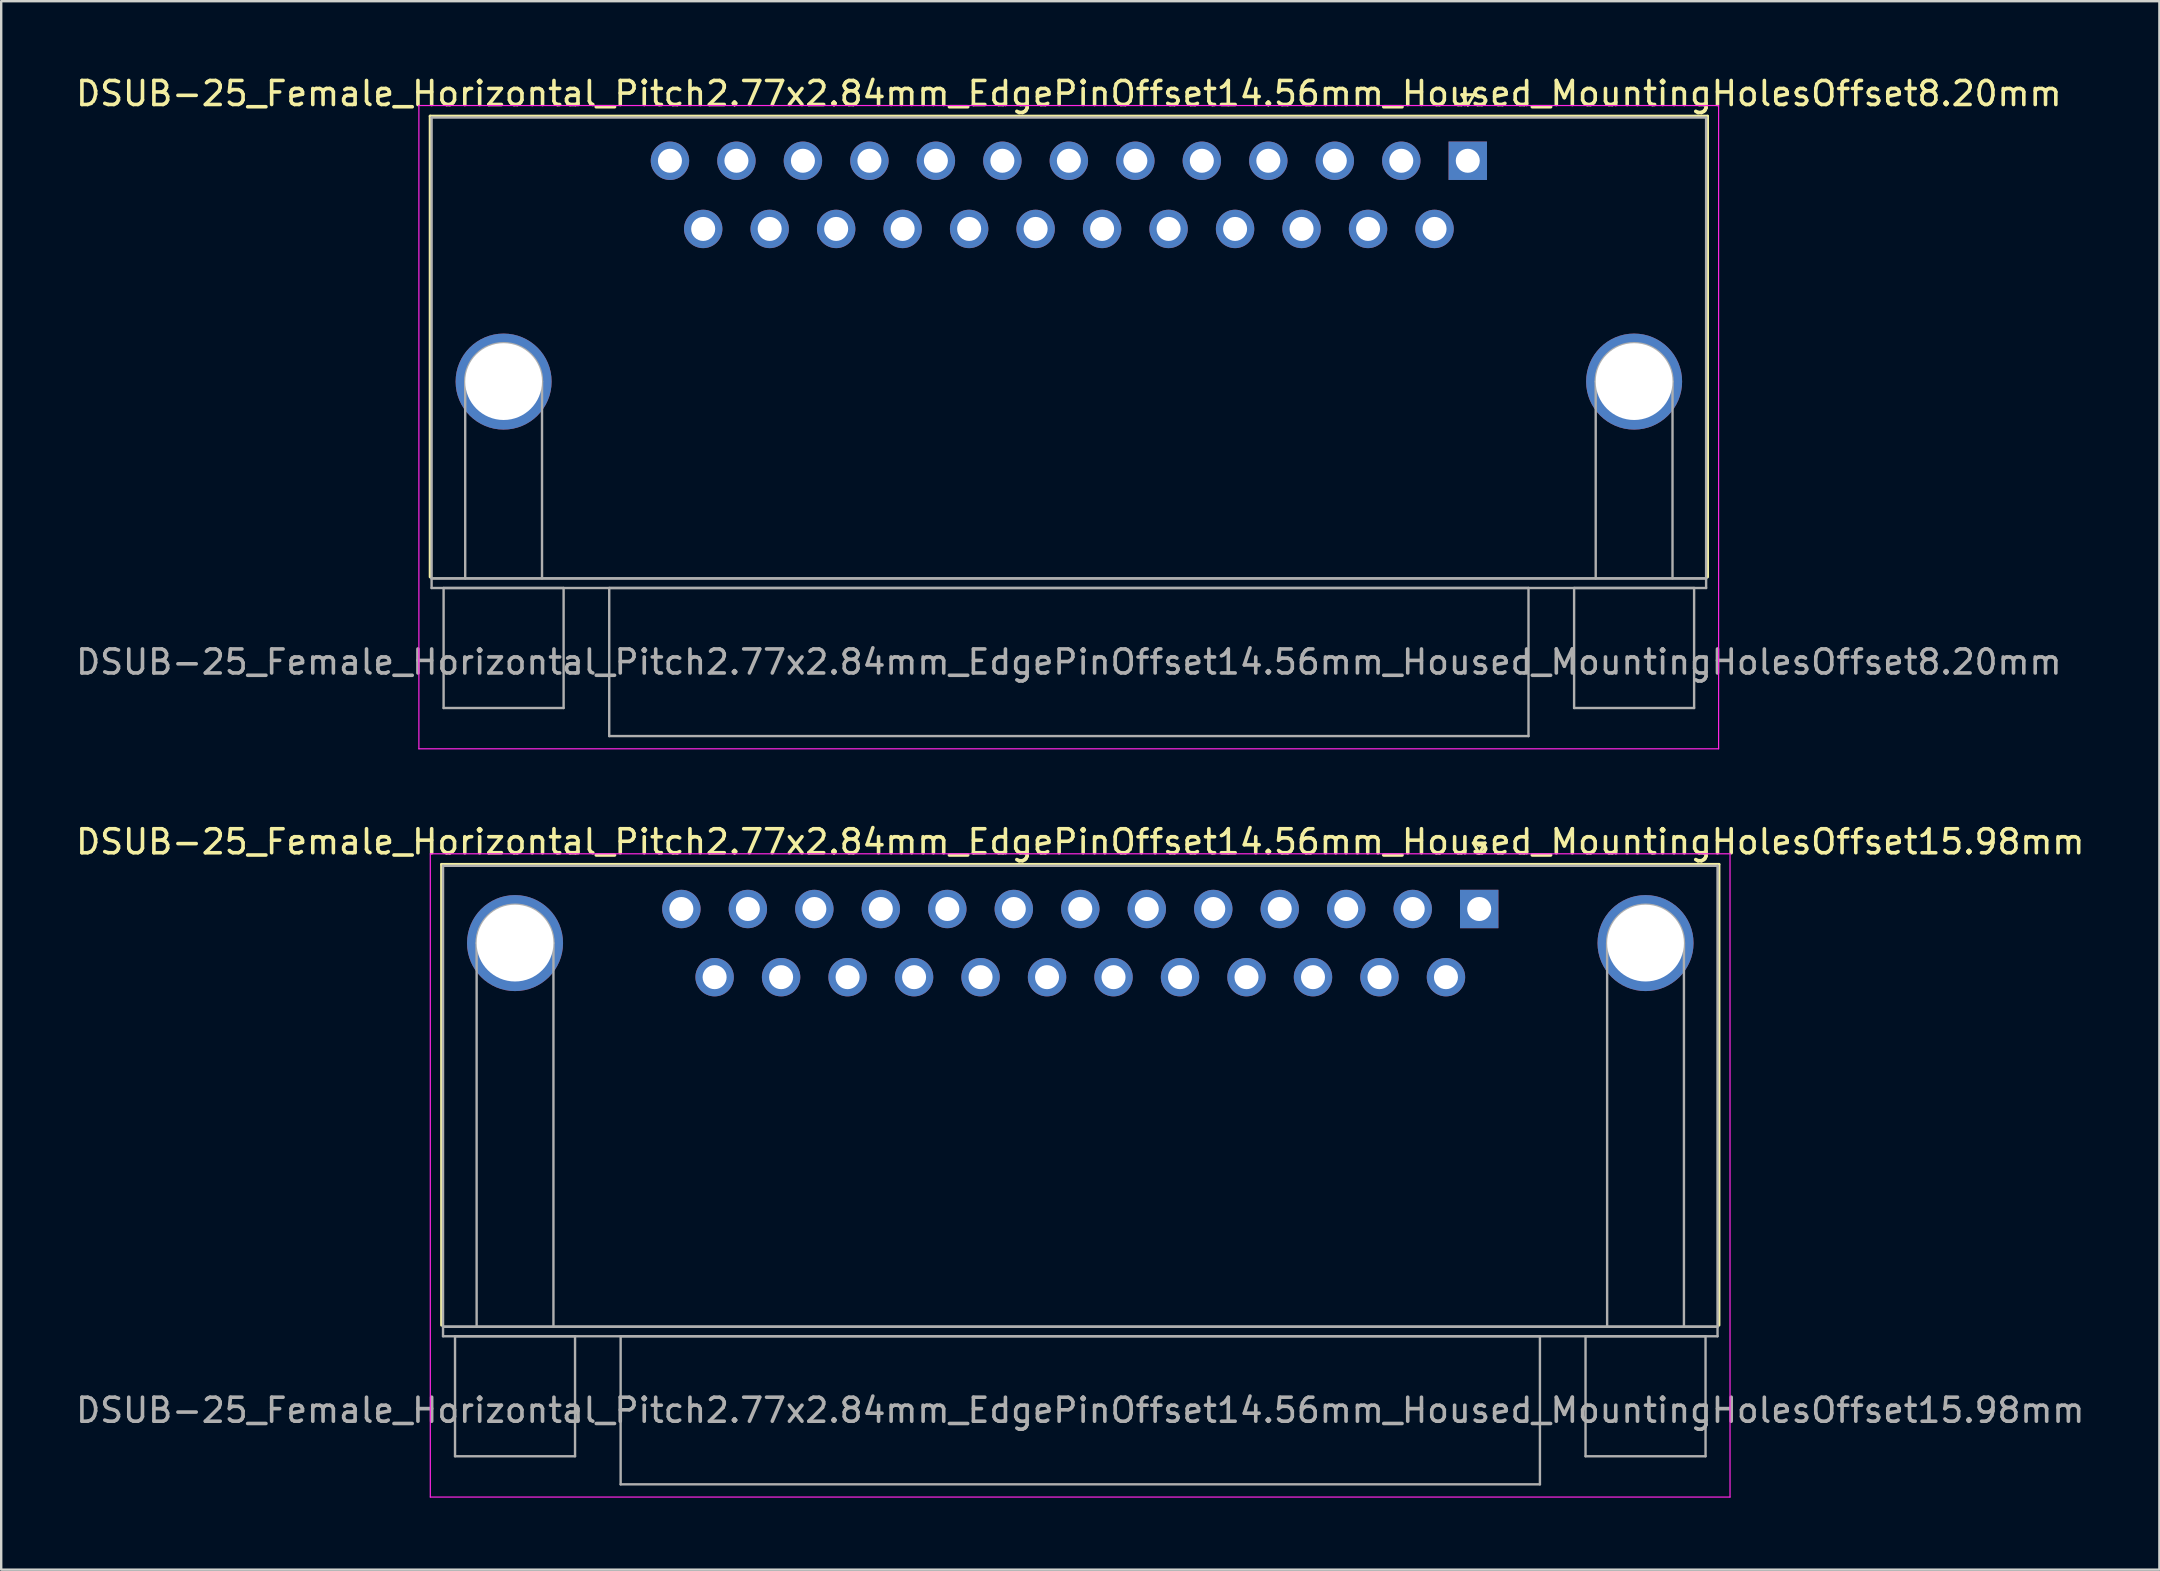
<source format=kicad_pcb>
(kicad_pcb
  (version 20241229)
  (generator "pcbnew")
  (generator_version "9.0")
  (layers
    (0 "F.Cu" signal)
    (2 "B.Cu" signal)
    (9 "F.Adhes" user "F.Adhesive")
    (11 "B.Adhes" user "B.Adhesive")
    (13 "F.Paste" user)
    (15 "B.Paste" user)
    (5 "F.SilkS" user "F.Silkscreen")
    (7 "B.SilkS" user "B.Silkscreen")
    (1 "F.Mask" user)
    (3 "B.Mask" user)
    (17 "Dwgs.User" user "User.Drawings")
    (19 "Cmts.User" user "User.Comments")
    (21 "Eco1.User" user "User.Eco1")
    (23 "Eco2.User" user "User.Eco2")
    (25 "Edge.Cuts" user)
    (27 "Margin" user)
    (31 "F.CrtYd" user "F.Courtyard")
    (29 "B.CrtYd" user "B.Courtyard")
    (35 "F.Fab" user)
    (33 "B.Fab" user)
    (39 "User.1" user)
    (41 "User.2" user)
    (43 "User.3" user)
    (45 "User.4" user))
  (footprint "DSUB-25_Female_Horizontal_Pitch2.77x2.84mm_EdgePinOffset14.56mm_Housed_MountingHolesOffset8.20mm"
    (layer "F.Cu")
    (at 58.102 3.648)
    (property "Reference" "DSUB-25_Female_Horizontal_Pitch2.77x2.84mm_EdgePinOffset14.56mm_Housed_MountingHolesOffset8.20mm" (at -16.62 -2.8 0) (layer "F.SilkS") (effects (font (size 1 1) (thickness 0.15))))
    (attr through_hole)
    (fp_line (start -43.23 -1.86) (end 9.99 -1.86) (stroke (width 0.12) (type solid)) (layer "F.SilkS"))
    (fp_line (start -43.23 17.34) (end -43.23 -1.86) (stroke (width 0.12) (type solid)) (layer "F.SilkS"))
    (fp_line (start -0.25 -2.754) (end 0.25 -2.754) (stroke (width 0.12) (type solid)) (layer "F.SilkS"))
    (fp_line (start 0 -2.321) (end -0.25 -2.754) (stroke (width 0.12) (type solid)) (layer "F.SilkS"))
    (fp_line (start 0.25 -2.754) (end 0 -2.321) (stroke (width 0.12) (type solid)) (layer "F.SilkS"))
    (fp_line (start 9.99 -1.86) (end 9.99 17.34) (stroke (width 0.12) (type solid)) (layer "F.SilkS"))
    (fp_line (start -43.7 -2.3) (end -43.7 24.5) (stroke (width 0.05) (type solid)) (layer "F.CrtYd"))
    (fp_line (start -43.7 24.5) (end 10.45 24.5) (stroke (width 0.05) (type solid)) (layer "F.CrtYd"))
    (fp_line (start 10.45 -2.3) (end -43.7 -2.3) (stroke (width 0.05) (type solid)) (layer "F.CrtYd"))
    (fp_line (start 10.45 24.5) (end 10.45 -2.3) (stroke (width 0.05) (type solid)) (layer "F.CrtYd"))
    (fp_line (start -43.17 -1.8) (end -43.17 17.4) (stroke (width 0.1) (type solid)) (layer "F.Fab"))
    (fp_line (start -43.17 17.4) (end -43.17 17.8) (stroke (width 0.1) (type solid)) (layer "F.Fab"))
    (fp_line (start -43.17 17.4) (end 9.93 17.4) (stroke (width 0.1) (type solid)) (layer "F.Fab"))
    (fp_line (start -43.17 17.8) (end 9.93 17.8) (stroke (width 0.1) (type solid)) (layer "F.Fab"))
    (fp_line (start -42.67 17.8) (end -42.67 22.8) (stroke (width 0.1) (type solid)) (layer "F.Fab"))
    (fp_line (start -42.67 22.8) (end -37.67 22.8) (stroke (width 0.1) (type solid)) (layer "F.Fab"))
    (fp_line (start -41.77 17.4) (end -41.77 9.2) (stroke (width 0.1) (type solid)) (layer "F.Fab"))
    (fp_line (start -38.57 17.4) (end -38.57 9.2) (stroke (width 0.1) (type solid)) (layer "F.Fab"))
    (fp_line (start -37.67 17.8) (end -42.67 17.8) (stroke (width 0.1) (type solid)) (layer "F.Fab"))
    (fp_line (start -37.67 22.8) (end -37.67 17.8) (stroke (width 0.1) (type solid)) (layer "F.Fab"))
    (fp_line (start -35.77 17.8) (end -35.77 23.97) (stroke (width 0.1) (type solid)) (layer "F.Fab"))
    (fp_line (start -35.77 23.97) (end 2.53 23.97) (stroke (width 0.1) (type solid)) (layer "F.Fab"))
    (fp_line (start 2.53 17.8) (end -35.77 17.8) (stroke (width 0.1) (type solid)) (layer "F.Fab"))
    (fp_line (start 2.53 23.97) (end 2.53 17.8) (stroke (width 0.1) (type solid)) (layer "F.Fab"))
    (fp_line (start 4.43 17.8) (end 4.43 22.8) (stroke (width 0.1) (type solid)) (layer "F.Fab"))
    (fp_line (start 4.43 22.8) (end 9.43 22.8) (stroke (width 0.1) (type solid)) (layer "F.Fab"))
    (fp_line (start 5.33 17.4) (end 5.33 9.2) (stroke (width 0.1) (type solid)) (layer "F.Fab"))
    (fp_line (start 8.53 17.4) (end 8.53 9.2) (stroke (width 0.1) (type solid)) (layer "F.Fab"))
    (fp_line (start 9.43 17.8) (end 4.43 17.8) (stroke (width 0.1) (type solid)) (layer "F.Fab"))
    (fp_line (start 9.43 22.8) (end 9.43 17.8) (stroke (width 0.1) (type solid)) (layer "F.Fab"))
    (fp_line (start 9.93 -1.8) (end -43.17 -1.8) (stroke (width 0.1) (type solid)) (layer "F.Fab"))
    (fp_line (start 9.93 17.4) (end -43.17 17.4) (stroke (width 0.1) (type solid)) (layer "F.Fab"))
    (fp_line (start 9.93 17.4) (end 9.93 -1.8) (stroke (width 0.1) (type solid)) (layer "F.Fab"))
    (fp_line (start 9.93 17.8) (end 9.93 17.4) (stroke (width 0.1) (type solid)) (layer "F.Fab"))
    (fp_arc (start -41.77 9.2) (mid -40.17 7.6) (end -38.57 9.2) (stroke (width 0.1) (type solid)) (layer "F.Fab"))
    (fp_arc (start 5.33 9.2) (mid 6.93 7.6) (end 8.53 9.2) (stroke (width 0.1) (type solid)) (layer "F.Fab"))
    (fp_text user "${REFERENCE}" (at -16.62 20.885 0) (layer "F.Fab") (effects (font (size 1 1) (thickness 0.15))))
    (pad "0" thru_hole circle (at -40.17 9.2) (size 4 4) (drill 3.2) (layers "*.Cu" "*.Mask"))
    (pad "0" thru_hole circle (at 6.93 9.2) (size 4 4) (drill 3.2) (layers "*.Cu" "*.Mask"))
    (pad "1" thru_hole rect (at 0 0) (size 1.6 1.6) (drill 1) (layers "*.Cu" "*.Mask"))
    (pad "2" thru_hole circle (at -2.77 0) (size 1.6 1.6) (drill 1) (layers "*.Cu" "*.Mask"))
    (pad "3" thru_hole circle (at -5.54 0) (size 1.6 1.6) (drill 1) (layers "*.Cu" "*.Mask"))
    (pad "4" thru_hole circle (at -8.31 0) (size 1.6 1.6) (drill 1) (layers "*.Cu" "*.Mask"))
    (pad "5" thru_hole circle (at -11.08 0) (size 1.6 1.6) (drill 1) (layers "*.Cu" "*.Mask"))
    (pad "6" thru_hole circle (at -13.85 0) (size 1.6 1.6) (drill 1) (layers "*.Cu" "*.Mask"))
    (pad "7" thru_hole circle (at -16.62 0) (size 1.6 1.6) (drill 1) (layers "*.Cu" "*.Mask"))
    (pad "8" thru_hole circle (at -19.39 0) (size 1.6 1.6) (drill 1) (layers "*.Cu" "*.Mask"))
    (pad "9" thru_hole circle (at -22.16 0) (size 1.6 1.6) (drill 1) (layers "*.Cu" "*.Mask"))
    (pad "10" thru_hole circle (at -24.93 0) (size 1.6 1.6) (drill 1) (layers "*.Cu" "*.Mask"))
    (pad "11" thru_hole circle (at -27.7 0) (size 1.6 1.6) (drill 1) (layers "*.Cu" "*.Mask"))
    (pad "12" thru_hole circle (at -30.47 0) (size 1.6 1.6) (drill 1) (layers "*.Cu" "*.Mask"))
    (pad "13" thru_hole circle (at -33.24 0) (size 1.6 1.6) (drill 1) (layers "*.Cu" "*.Mask"))
    (pad "14" thru_hole circle (at -1.385 2.84) (size 1.6 1.6) (drill 1) (layers "*.Cu" "*.Mask"))
    (pad "15" thru_hole circle (at -4.155 2.84) (size 1.6 1.6) (drill 1) (layers "*.Cu" "*.Mask"))
    (pad "16" thru_hole circle (at -6.925 2.84) (size 1.6 1.6) (drill 1) (layers "*.Cu" "*.Mask"))
    (pad "17" thru_hole circle (at -9.695 2.84) (size 1.6 1.6) (drill 1) (layers "*.Cu" "*.Mask"))
    (pad "18" thru_hole circle (at -12.465 2.84) (size 1.6 1.6) (drill 1) (layers "*.Cu" "*.Mask"))
    (pad "19" thru_hole circle (at -15.235 2.84) (size 1.6 1.6) (drill 1) (layers "*.Cu" "*.Mask"))
    (pad "20" thru_hole circle (at -18.005 2.84) (size 1.6 1.6) (drill 1) (layers "*.Cu" "*.Mask"))
    (pad "21" thru_hole circle (at -20.775 2.84) (size 1.6 1.6) (drill 1) (layers "*.Cu" "*.Mask"))
    (pad "22" thru_hole circle (at -23.545 2.84) (size 1.6 1.6) (drill 1) (layers "*.Cu" "*.Mask"))
    (pad "23" thru_hole circle (at -26.315 2.84) (size 1.6 1.6) (drill 1) (layers "*.Cu" "*.Mask"))
    (pad "24" thru_hole circle (at -29.085 2.84) (size 1.6 1.6) (drill 1) (layers "*.Cu" "*.Mask"))
    (pad "25" thru_hole circle (at -31.855 2.84) (size 1.6 1.6) (drill 1) (layers "*.Cu" "*.Mask")))
  (footprint "DSUB-25_Female_Horizontal_Pitch2.77x2.84mm_EdgePinOffset14.56mm_Housed_MountingHolesOffset15.98mm"
    (layer "F.Cu")
    (at 58.578 34.822)
    (property "Reference" "DSUB-25_Female_Horizontal_Pitch2.77x2.84mm_EdgePinOffset14.56mm_Housed_MountingHolesOffset15.98mm" (at -16.62 -2.8 0) (layer "F.SilkS") (effects (font (size 1 1) (thickness 0.15))))
    (attr through_hole)
    (fp_line (start -43.23 -1.86) (end 9.99 -1.86) (stroke (width 0.12) (type solid)) (layer "F.SilkS"))
    (fp_line (start -43.23 17.34) (end -43.23 -1.86) (stroke (width 0.12) (type solid)) (layer "F.SilkS"))
    (fp_line (start -0.25 -2.754) (end 0.25 -2.754) (stroke (width 0.12) (type solid)) (layer "F.SilkS"))
    (fp_line (start 0 -2.321) (end -0.25 -2.754) (stroke (width 0.12) (type solid)) (layer "F.SilkS"))
    (fp_line (start 0.25 -2.754) (end 0 -2.321) (stroke (width 0.12) (type solid)) (layer "F.SilkS"))
    (fp_line (start 9.99 -1.86) (end 9.99 17.34) (stroke (width 0.12) (type solid)) (layer "F.SilkS"))
    (fp_line (start -43.7 -2.3) (end -43.7 24.5) (stroke (width 0.05) (type solid)) (layer "F.CrtYd"))
    (fp_line (start -43.7 24.5) (end 10.45 24.5) (stroke (width 0.05) (type solid)) (layer "F.CrtYd"))
    (fp_line (start 10.45 -2.3) (end -43.7 -2.3) (stroke (width 0.05) (type solid)) (layer "F.CrtYd"))
    (fp_line (start 10.45 24.5) (end 10.45 -2.3) (stroke (width 0.05) (type solid)) (layer "F.CrtYd"))
    (fp_line (start -43.17 -1.8) (end -43.17 17.4) (stroke (width 0.1) (type solid)) (layer "F.Fab"))
    (fp_line (start -43.17 17.4) (end -43.17 17.8) (stroke (width 0.1) (type solid)) (layer "F.Fab"))
    (fp_line (start -43.17 17.4) (end 9.93 17.4) (stroke (width 0.1) (type solid)) (layer "F.Fab"))
    (fp_line (start -43.17 17.8) (end 9.93 17.8) (stroke (width 0.1) (type solid)) (layer "F.Fab"))
    (fp_line (start -42.67 17.8) (end -42.67 22.8) (stroke (width 0.1) (type solid)) (layer "F.Fab"))
    (fp_line (start -42.67 22.8) (end -37.67 22.8) (stroke (width 0.1) (type solid)) (layer "F.Fab"))
    (fp_line (start -41.77 17.4) (end -41.77 1.42) (stroke (width 0.1) (type solid)) (layer "F.Fab"))
    (fp_line (start -38.57 17.4) (end -38.57 1.42) (stroke (width 0.1) (type solid)) (layer "F.Fab"))
    (fp_line (start -37.67 17.8) (end -42.67 17.8) (stroke (width 0.1) (type solid)) (layer "F.Fab"))
    (fp_line (start -37.67 22.8) (end -37.67 17.8) (stroke (width 0.1) (type solid)) (layer "F.Fab"))
    (fp_line (start -35.77 17.8) (end -35.77 23.97) (stroke (width 0.1) (type solid)) (layer "F.Fab"))
    (fp_line (start -35.77 23.97) (end 2.53 23.97) (stroke (width 0.1) (type solid)) (layer "F.Fab"))
    (fp_line (start 2.53 17.8) (end -35.77 17.8) (stroke (width 0.1) (type solid)) (layer "F.Fab"))
    (fp_line (start 2.53 23.97) (end 2.53 17.8) (stroke (width 0.1) (type solid)) (layer "F.Fab"))
    (fp_line (start 4.43 17.8) (end 4.43 22.8) (stroke (width 0.1) (type solid)) (layer "F.Fab"))
    (fp_line (start 4.43 22.8) (end 9.43 22.8) (stroke (width 0.1) (type solid)) (layer "F.Fab"))
    (fp_line (start 5.33 17.4) (end 5.33 1.42) (stroke (width 0.1) (type solid)) (layer "F.Fab"))
    (fp_line (start 8.53 17.4) (end 8.53 1.42) (stroke (width 0.1) (type solid)) (layer "F.Fab"))
    (fp_line (start 9.43 17.8) (end 4.43 17.8) (stroke (width 0.1) (type solid)) (layer "F.Fab"))
    (fp_line (start 9.43 22.8) (end 9.43 17.8) (stroke (width 0.1) (type solid)) (layer "F.Fab"))
    (fp_line (start 9.93 -1.8) (end -43.17 -1.8) (stroke (width 0.1) (type solid)) (layer "F.Fab"))
    (fp_line (start 9.93 17.4) (end -43.17 17.4) (stroke (width 0.1) (type solid)) (layer "F.Fab"))
    (fp_line (start 9.93 17.4) (end 9.93 -1.8) (stroke (width 0.1) (type solid)) (layer "F.Fab"))
    (fp_line (start 9.93 17.8) (end 9.93 17.4) (stroke (width 0.1) (type solid)) (layer "F.Fab"))
    (fp_arc (start -41.77 1.42) (mid -40.17 -0.18) (end -38.57 1.42) (stroke (width 0.1) (type solid)) (layer "F.Fab"))
    (fp_arc (start 5.33 1.42) (mid 6.93 -0.18) (end 8.53 1.42) (stroke (width 0.1) (type solid)) (layer "F.Fab"))
    (fp_text user "${REFERENCE}" (at -16.62 20.885 0) (layer "F.Fab") (effects (font (size 1 1) (thickness 0.15))))
    (pad "0" thru_hole circle (at -40.17 1.42) (size 4 4) (drill 3.2) (layers "*.Cu" "*.Mask"))
    (pad "0" thru_hole circle (at 6.93 1.42) (size 4 4) (drill 3.2) (layers "*.Cu" "*.Mask"))
    (pad "1" thru_hole rect (at 0 0) (size 1.6 1.6) (drill 1) (layers "*.Cu" "*.Mask"))
    (pad "2" thru_hole circle (at -2.77 0) (size 1.6 1.6) (drill 1) (layers "*.Cu" "*.Mask"))
    (pad "3" thru_hole circle (at -5.54 0) (size 1.6 1.6) (drill 1) (layers "*.Cu" "*.Mask"))
    (pad "4" thru_hole circle (at -8.31 0) (size 1.6 1.6) (drill 1) (layers "*.Cu" "*.Mask"))
    (pad "5" thru_hole circle (at -11.08 0) (size 1.6 1.6) (drill 1) (layers "*.Cu" "*.Mask"))
    (pad "6" thru_hole circle (at -13.85 0) (size 1.6 1.6) (drill 1) (layers "*.Cu" "*.Mask"))
    (pad "7" thru_hole circle (at -16.62 0) (size 1.6 1.6) (drill 1) (layers "*.Cu" "*.Mask"))
    (pad "8" thru_hole circle (at -19.39 0) (size 1.6 1.6) (drill 1) (layers "*.Cu" "*.Mask"))
    (pad "9" thru_hole circle (at -22.16 0) (size 1.6 1.6) (drill 1) (layers "*.Cu" "*.Mask"))
    (pad "10" thru_hole circle (at -24.93 0) (size 1.6 1.6) (drill 1) (layers "*.Cu" "*.Mask"))
    (pad "11" thru_hole circle (at -27.7 0) (size 1.6 1.6) (drill 1) (layers "*.Cu" "*.Mask"))
    (pad "12" thru_hole circle (at -30.47 0) (size 1.6 1.6) (drill 1) (layers "*.Cu" "*.Mask"))
    (pad "13" thru_hole circle (at -33.24 0) (size 1.6 1.6) (drill 1) (layers "*.Cu" "*.Mask"))
    (pad "14" thru_hole circle (at -1.385 2.84) (size 1.6 1.6) (drill 1) (layers "*.Cu" "*.Mask"))
    (pad "15" thru_hole circle (at -4.155 2.84) (size 1.6 1.6) (drill 1) (layers "*.Cu" "*.Mask"))
    (pad "16" thru_hole circle (at -6.925 2.84) (size 1.6 1.6) (drill 1) (layers "*.Cu" "*.Mask"))
    (pad "17" thru_hole circle (at -9.695 2.84) (size 1.6 1.6) (drill 1) (layers "*.Cu" "*.Mask"))
    (pad "18" thru_hole circle (at -12.465 2.84) (size 1.6 1.6) (drill 1) (layers "*.Cu" "*.Mask"))
    (pad "19" thru_hole circle (at -15.235 2.84) (size 1.6 1.6) (drill 1) (layers "*.Cu" "*.Mask"))
    (pad "20" thru_hole circle (at -18.005 2.84) (size 1.6 1.6) (drill 1) (layers "*.Cu" "*.Mask"))
    (pad "21" thru_hole circle (at -20.775 2.84) (size 1.6 1.6) (drill 1) (layers "*.Cu" "*.Mask"))
    (pad "22" thru_hole circle (at -23.545 2.84) (size 1.6 1.6) (drill 1) (layers "*.Cu" "*.Mask"))
    (pad "23" thru_hole circle (at -26.315 2.84) (size 1.6 1.6) (drill 1) (layers "*.Cu" "*.Mask"))
    (pad "24" thru_hole circle (at -29.085 2.84) (size 1.6 1.6) (drill 1) (layers "*.Cu" "*.Mask"))
    (pad "25" thru_hole circle (at -31.855 2.84) (size 1.6 1.6) (drill 1) (layers "*.Cu" "*.Mask")))
  (gr_rect
    (start -3 -3)
    (end 86.917 62.346)
    (stroke (width 0.1) (type default))
    (fill no)
    (layer "Edge.Cuts")))
</source>
